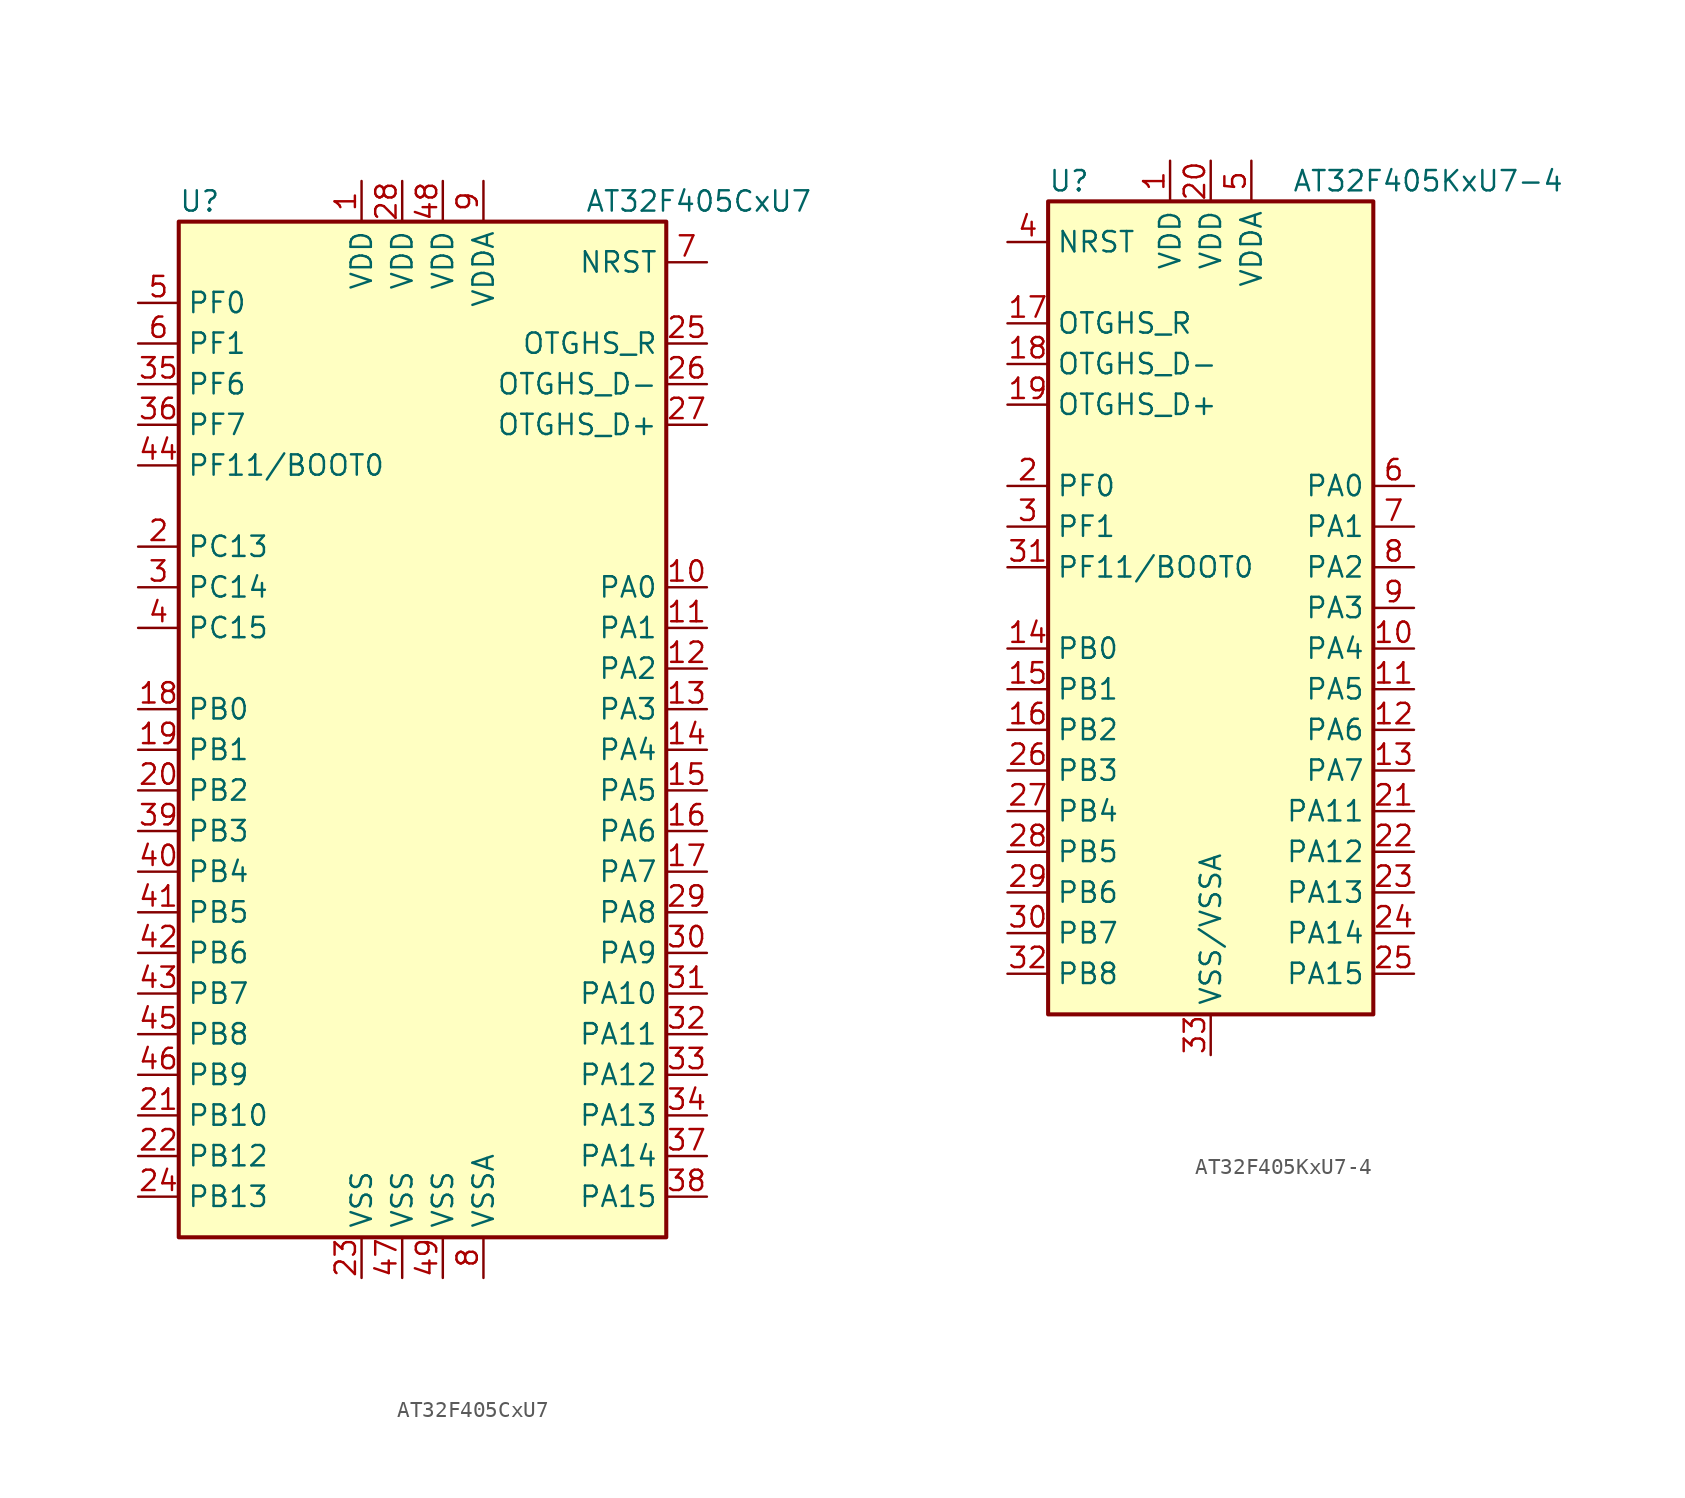
<source format=kicad_sym>
(kicad_symbol_lib
  (version 20220331)
  (generator kicad_symbol_editor)
  (symbol "AT32F405CxU7"
    (property "Reference" "U"
      (at -15.24 33.02 0)
      (effects (font (size 1.27 1.27)) (justify left)))
    (property "Value" "AT32F405CxU7"
      (at 10.16 33.02 0)
      (effects (font (size 1.27 1.27)) (justify left)))
    (symbol "AT32F405CxU7_0_1"
      (rectangle (start -15.24 31.75) (end 15.24 -31.75) (stroke (width 0.254) (type default)) (fill (type background))))
    (symbol "AT32F405CxU7_1_1"
      (pin power_in line (at -3.81 34.29 270) (length 2.54) (name "VDD" (effects (font (size 1.27 1.27)))) (number "1" (effects (font (size 1.27 1.27)))))
      (pin bidirectional line (at 17.78 8.89 180) (length 2.54) (name "PA0" (effects (font (size 1.27 1.27)))) (number "10" (effects (font (size 1.27 1.27)))))
      (pin bidirectional line (at 17.78 6.35 180) (length 2.54) (name "PA1" (effects (font (size 1.27 1.27)))) (number "11" (effects (font (size 1.27 1.27)))))
      (pin bidirectional line (at 17.78 3.81 180) (length 2.54) (name "PA2" (effects (font (size 1.27 1.27)))) (number "12" (effects (font (size 1.27 1.27)))))
      (pin bidirectional line (at 17.78 1.27 180) (length 2.54) (name "PA3" (effects (font (size 1.27 1.27)))) (number "13" (effects (font (size 1.27 1.27)))))
      (pin bidirectional line (at 17.78 -1.27 180) (length 2.54) (name "PA4" (effects (font (size 1.27 1.27)))) (number "14" (effects (font (size 1.27 1.27)))))
      (pin bidirectional line (at 17.78 -3.81 180) (length 2.54) (name "PA5" (effects (font (size 1.27 1.27)))) (number "15" (effects (font (size 1.27 1.27)))))
      (pin bidirectional line (at 17.78 -6.35 180) (length 2.54) (name "PA6" (effects (font (size 1.27 1.27)))) (number "16" (effects (font (size 1.27 1.27)))))
      (pin bidirectional line (at 17.78 -8.89 180) (length 2.54) (name "PA7" (effects (font (size 1.27 1.27)))) (number "17" (effects (font (size 1.27 1.27)))))
      (pin bidirectional line (at -17.78 1.27 0) (length 2.54) (name "PB0" (effects (font (size 1.27 1.27)))) (number "18" (effects (font (size 1.27 1.27)))))
      (pin bidirectional line (at -17.78 -1.27 0) (length 2.54) (name "PB1" (effects (font (size 1.27 1.27)))) (number "19" (effects (font (size 1.27 1.27)))))
      (pin bidirectional line (at -17.78 11.43 0) (length 2.54) (name "PC13" (effects (font (size 1.27 1.27)))) (number "2" (effects (font (size 1.27 1.27)))))
      (pin bidirectional line (at -17.78 -3.81 0) (length 2.54) (name "PB2" (effects (font (size 1.27 1.27)))) (number "20" (effects (font (size 1.27 1.27)))))
      (pin bidirectional line (at -17.78 -24.13 0) (length 2.54) (name "PB10" (effects (font (size 1.27 1.27)))) (number "21" (effects (font (size 1.27 1.27)))))
      (pin bidirectional line (at -17.78 -26.67 0) (length 2.54) (name "PB12" (effects (font (size 1.27 1.27)))) (number "22" (effects (font (size 1.27 1.27)))))
      (pin power_in line (at -3.81 -34.29 90) (length 2.54) (name "VSS" (effects (font (size 1.27 1.27)))) (number "23" (effects (font (size 1.27 1.27)))))
      (pin bidirectional line (at -17.78 -29.21 0) (length 2.54) (name "PB13" (effects (font (size 1.27 1.27)))) (number "24" (effects (font (size 1.27 1.27)))))
      (pin input line (at 17.78 24.13 180) (length 2.54) (name "OTGHS_R" (effects (font (size 1.27 1.27)))) (number "25" (effects (font (size 1.27 1.27)))))
      (pin bidirectional line (at 17.78 21.59 180) (length 2.54) (name "OTGHS_D-" (effects (font (size 1.27 1.27)))) (number "26" (effects (font (size 1.27 1.27)))))
      (pin bidirectional line (at 17.78 19.05 180) (length 2.54) (name "OTGHS_D+" (effects (font (size 1.27 1.27)))) (number "27" (effects (font (size 1.27 1.27)))))
      (pin power_in line (at -1.27 34.29 270) (length 2.54) (name "VDD" (effects (font (size 1.27 1.27)))) (number "28" (effects (font (size 1.27 1.27)))))
      (pin bidirectional line (at 17.78 -11.43 180) (length 2.54) (name "PA8" (effects (font (size 1.27 1.27)))) (number "29" (effects (font (size 1.27 1.27)))))
      (pin bidirectional line (at -17.78 8.89 0) (length 2.54) (name "PC14" (effects (font (size 1.27 1.27)))) (number "3" (effects (font (size 1.27 1.27)))))
      (pin bidirectional line (at 17.78 -13.97 180) (length 2.54) (name "PA9" (effects (font (size 1.27 1.27)))) (number "30" (effects (font (size 1.27 1.27)))))
      (pin bidirectional line (at 17.78 -16.51 180) (length 2.54) (name "PA10" (effects (font (size 1.27 1.27)))) (number "31" (effects (font (size 1.27 1.27)))))
      (pin bidirectional line (at 17.78 -19.05 180) (length 2.54) (name "PA11" (effects (font (size 1.27 1.27)))) (number "32" (effects (font (size 1.27 1.27)))))
      (pin bidirectional line (at 17.78 -21.59 180) (length 2.54) (name "PA12" (effects (font (size 1.27 1.27)))) (number "33" (effects (font (size 1.27 1.27)))))
      (pin bidirectional line (at 17.78 -24.13 180) (length 2.54) (name "PA13" (effects (font (size 1.27 1.27)))) (number "34" (effects (font (size 1.27 1.27)))))
      (pin bidirectional line (at -17.78 21.59 0) (length 2.54) (name "PF6" (effects (font (size 1.27 1.27)))) (number "35" (effects (font (size 1.27 1.27)))))
      (pin bidirectional line (at -17.78 19.05 0) (length 2.54) (name "PF7" (effects (font (size 1.27 1.27)))) (number "36" (effects (font (size 1.27 1.27)))))
      (pin bidirectional line (at 17.78 -26.67 180) (length 2.54) (name "PA14" (effects (font (size 1.27 1.27)))) (number "37" (effects (font (size 1.27 1.27)))))
      (pin bidirectional line (at 17.78 -29.21 180) (length 2.54) (name "PA15" (effects (font (size 1.27 1.27)))) (number "38" (effects (font (size 1.27 1.27)))))
      (pin bidirectional line (at -17.78 -6.35 0) (length 2.54) (name "PB3" (effects (font (size 1.27 1.27)))) (number "39" (effects (font (size 1.27 1.27)))))
      (pin bidirectional line (at -17.78 6.35 0) (length 2.54) (name "PC15" (effects (font (size 1.27 1.27)))) (number "4" (effects (font (size 1.27 1.27)))))
      (pin bidirectional line (at -17.78 -8.89 0) (length 2.54) (name "PB4" (effects (font (size 1.27 1.27)))) (number "40" (effects (font (size 1.27 1.27)))))
      (pin bidirectional line (at -17.78 -11.43 0) (length 2.54) (name "PB5" (effects (font (size 1.27 1.27)))) (number "41" (effects (font (size 1.27 1.27)))))
      (pin bidirectional line (at -17.78 -13.97 0) (length 2.54) (name "PB6" (effects (font (size 1.27 1.27)))) (number "42" (effects (font (size 1.27 1.27)))))
      (pin bidirectional line (at -17.78 -16.51 0) (length 2.54) (name "PB7" (effects (font (size 1.27 1.27)))) (number "43" (effects (font (size 1.27 1.27)))))
      (pin input line (at -17.78 16.51 0) (length 2.54) (name "PF11/BOOT0" (effects (font (size 1.27 1.27)))) (number "44" (effects (font (size 1.27 1.27)))))
      (pin bidirectional line (at -17.78 -19.05 0) (length 2.54) (name "PB8" (effects (font (size 1.27 1.27)))) (number "45" (effects (font (size 1.27 1.27)))))
      (pin bidirectional line (at -17.78 -21.59 0) (length 2.54) (name "PB9" (effects (font (size 1.27 1.27)))) (number "46" (effects (font (size 1.27 1.27)))))
      (pin power_in line (at -1.27 -34.29 90) (length 2.54) (name "VSS" (effects (font (size 1.27 1.27)))) (number "47" (effects (font (size 1.27 1.27)))))
      (pin power_in line (at 1.27 34.29 270) (length 2.54) (name "VDD" (effects (font (size 1.27 1.27)))) (number "48" (effects (font (size 1.27 1.27)))))
      (pin power_in line (at 1.27 -34.29 90) (length 2.54) (name "VSS" (effects (font (size 1.27 1.27)))) (number "49" (effects (font (size 1.27 1.27)))))
      (pin input line (at -17.78 26.67 0) (length 2.54) (name "PF0" (effects (font (size 1.27 1.27)))) (number "5" (effects (font (size 1.27 1.27)))))
      (pin input line (at -17.78 24.13 0) (length 2.54) (name "PF1" (effects (font (size 1.27 1.27)))) (number "6" (effects (font (size 1.27 1.27)))))
      (pin input line (at 17.78 29.21 180) (length 2.54) (name "NRST" (effects (font (size 1.27 1.27)))) (number "7" (effects (font (size 1.27 1.27)))))
      (pin power_in line (at 3.81 -34.29 90) (length 2.54) (name "VSSA" (effects (font (size 1.27 1.27)))) (number "8" (effects (font (size 1.27 1.27)))))
      (pin power_in line (at 3.81 34.29 270) (length 2.54) (name "VDDA" (effects (font (size 1.27 1.27)))) (number "9" (effects (font (size 1.27 1.27)))))))
  (symbol "AT32F405KxU7-4"
    (property "Reference" "U"
      (at -10.16 26.67 0)
      (effects (font (size 1.27 1.27)) (justify left)))
    (property "Value" "AT32F405KxU7-4"
      (at 5.08 26.67 0)
      (effects (font (size 1.27 1.27)) (justify left)))
    (symbol "AT32F405KxU7-4_0_1"
      (rectangle (start -10.16 25.4) (end 10.16 -25.4) (stroke (width 0.254) (type default)) (fill (type background))))
    (symbol "AT32F405KxU7-4_1_1"
      (pin power_in line (at -2.54 27.94 270) (length 2.54) (name "VDD" (effects (font (size 1.27 1.27)))) (number "1" (effects (font (size 1.27 1.27)))))
      (pin bidirectional line (at 12.7 -2.54 180) (length 2.54) (name "PA4" (effects (font (size 1.27 1.27)))) (number "10" (effects (font (size 1.27 1.27)))))
      (pin bidirectional line (at 12.7 -5.08 180) (length 2.54) (name "PA5" (effects (font (size 1.27 1.27)))) (number "11" (effects (font (size 1.27 1.27)))))
      (pin bidirectional line (at 12.7 -7.62 180) (length 2.54) (name "PA6" (effects (font (size 1.27 1.27)))) (number "12" (effects (font (size 1.27 1.27)))))
      (pin bidirectional line (at 12.7 -10.16 180) (length 2.54) (name "PA7" (effects (font (size 1.27 1.27)))) (number "13" (effects (font (size 1.27 1.27)))))
      (pin bidirectional line (at -12.7 -2.54 0) (length 2.54) (name "PB0" (effects (font (size 1.27 1.27)))) (number "14" (effects (font (size 1.27 1.27)))))
      (pin bidirectional line (at -12.7 -5.08 0) (length 2.54) (name "PB1" (effects (font (size 1.27 1.27)))) (number "15" (effects (font (size 1.27 1.27)))))
      (pin bidirectional line (at -12.7 -7.62 0) (length 2.54) (name "PB2" (effects (font (size 1.27 1.27)))) (number "16" (effects (font (size 1.27 1.27)))))
      (pin input line (at -12.7 17.78 0) (length 2.54) (name "OTGHS_R" (effects (font (size 1.27 1.27)))) (number "17" (effects (font (size 1.27 1.27)))))
      (pin bidirectional line (at -12.7 15.24 0) (length 2.54) (name "OTGHS_D-" (effects (font (size 1.27 1.27)))) (number "18" (effects (font (size 1.27 1.27)))))
      (pin bidirectional line (at -12.7 12.7 0) (length 2.54) (name "OTGHS_D+" (effects (font (size 1.27 1.27)))) (number "19" (effects (font (size 1.27 1.27)))))
      (pin input line (at -12.7 7.62 0) (length 2.54) (name "PF0" (effects (font (size 1.27 1.27)))) (number "2" (effects (font (size 1.27 1.27)))))
      (pin power_in line (at 0 27.94 270) (length 2.54) (name "VDD" (effects (font (size 1.27 1.27)))) (number "20" (effects (font (size 1.27 1.27)))))
      (pin bidirectional line (at 12.7 -12.7 180) (length 2.54) (name "PA11" (effects (font (size 1.27 1.27)))) (number "21" (effects (font (size 1.27 1.27)))))
      (pin bidirectional line (at 12.7 -15.24 180) (length 2.54) (name "PA12" (effects (font (size 1.27 1.27)))) (number "22" (effects (font (size 1.27 1.27)))))
      (pin bidirectional line (at 12.7 -17.78 180) (length 2.54) (name "PA13" (effects (font (size 1.27 1.27)))) (number "23" (effects (font (size 1.27 1.27)))))
      (pin bidirectional line (at 12.7 -20.32 180) (length 2.54) (name "PA14" (effects (font (size 1.27 1.27)))) (number "24" (effects (font (size 1.27 1.27)))))
      (pin bidirectional line (at 12.7 -22.86 180) (length 2.54) (name "PA15" (effects (font (size 1.27 1.27)))) (number "25" (effects (font (size 1.27 1.27)))))
      (pin bidirectional line (at -12.7 -10.16 0) (length 2.54) (name "PB3" (effects (font (size 1.27 1.27)))) (number "26" (effects (font (size 1.27 1.27)))))
      (pin bidirectional line (at -12.7 -12.7 0) (length 2.54) (name "PB4" (effects (font (size 1.27 1.27)))) (number "27" (effects (font (size 1.27 1.27)))))
      (pin bidirectional line (at -12.7 -15.24 0) (length 2.54) (name "PB5" (effects (font (size 1.27 1.27)))) (number "28" (effects (font (size 1.27 1.27)))))
      (pin bidirectional line (at -12.7 -17.78 0) (length 2.54) (name "PB6" (effects (font (size 1.27 1.27)))) (number "29" (effects (font (size 1.27 1.27)))))
      (pin input line (at -12.7 5.08 0) (length 2.54) (name "PF1" (effects (font (size 1.27 1.27)))) (number "3" (effects (font (size 1.27 1.27)))))
      (pin bidirectional line (at -12.7 -20.32 0) (length 2.54) (name "PB7" (effects (font (size 1.27 1.27)))) (number "30" (effects (font (size 1.27 1.27)))))
      (pin input line (at -12.7 2.54 0) (length 2.54) (name "PF11/BOOT0" (effects (font (size 1.27 1.27)))) (number "31" (effects (font (size 1.27 1.27)))))
      (pin bidirectional line (at -12.7 -22.86 0) (length 2.54) (name "PB8" (effects (font (size 1.27 1.27)))) (number "32" (effects (font (size 1.27 1.27)))))
      (pin power_in line (at 0 -27.94 90) (length 2.54) (name "VSS/VSSA" (effects (font (size 1.27 1.27)))) (number "33" (effects (font (size 1.27 1.27)))))
      (pin input line (at -12.7 22.86 0) (length 2.54) (name "NRST" (effects (font (size 1.27 1.27)))) (number "4" (effects (font (size 1.27 1.27)))))
      (pin power_in line (at 2.54 27.94 270) (length 2.54) (name "VDDA" (effects (font (size 1.27 1.27)))) (number "5" (effects (font (size 1.27 1.27)))))
      (pin bidirectional line (at 12.7 7.62 180) (length 2.54) (name "PA0" (effects (font (size 1.27 1.27)))) (number "6" (effects (font (size 1.27 1.27)))))
      (pin bidirectional line (at 12.7 5.08 180) (length 2.54) (name "PA1" (effects (font (size 1.27 1.27)))) (number "7" (effects (font (size 1.27 1.27)))))
      (pin bidirectional line (at 12.7 2.54 180) (length 2.54) (name "PA2" (effects (font (size 1.27 1.27)))) (number "8" (effects (font (size 1.27 1.27)))))
      (pin bidirectional line (at 12.7 0 180) (length 2.54) (name "PA3" (effects (font (size 1.27 1.27)))) (number "9" (effects (font (size 1.27 1.27))))))))
</source>
